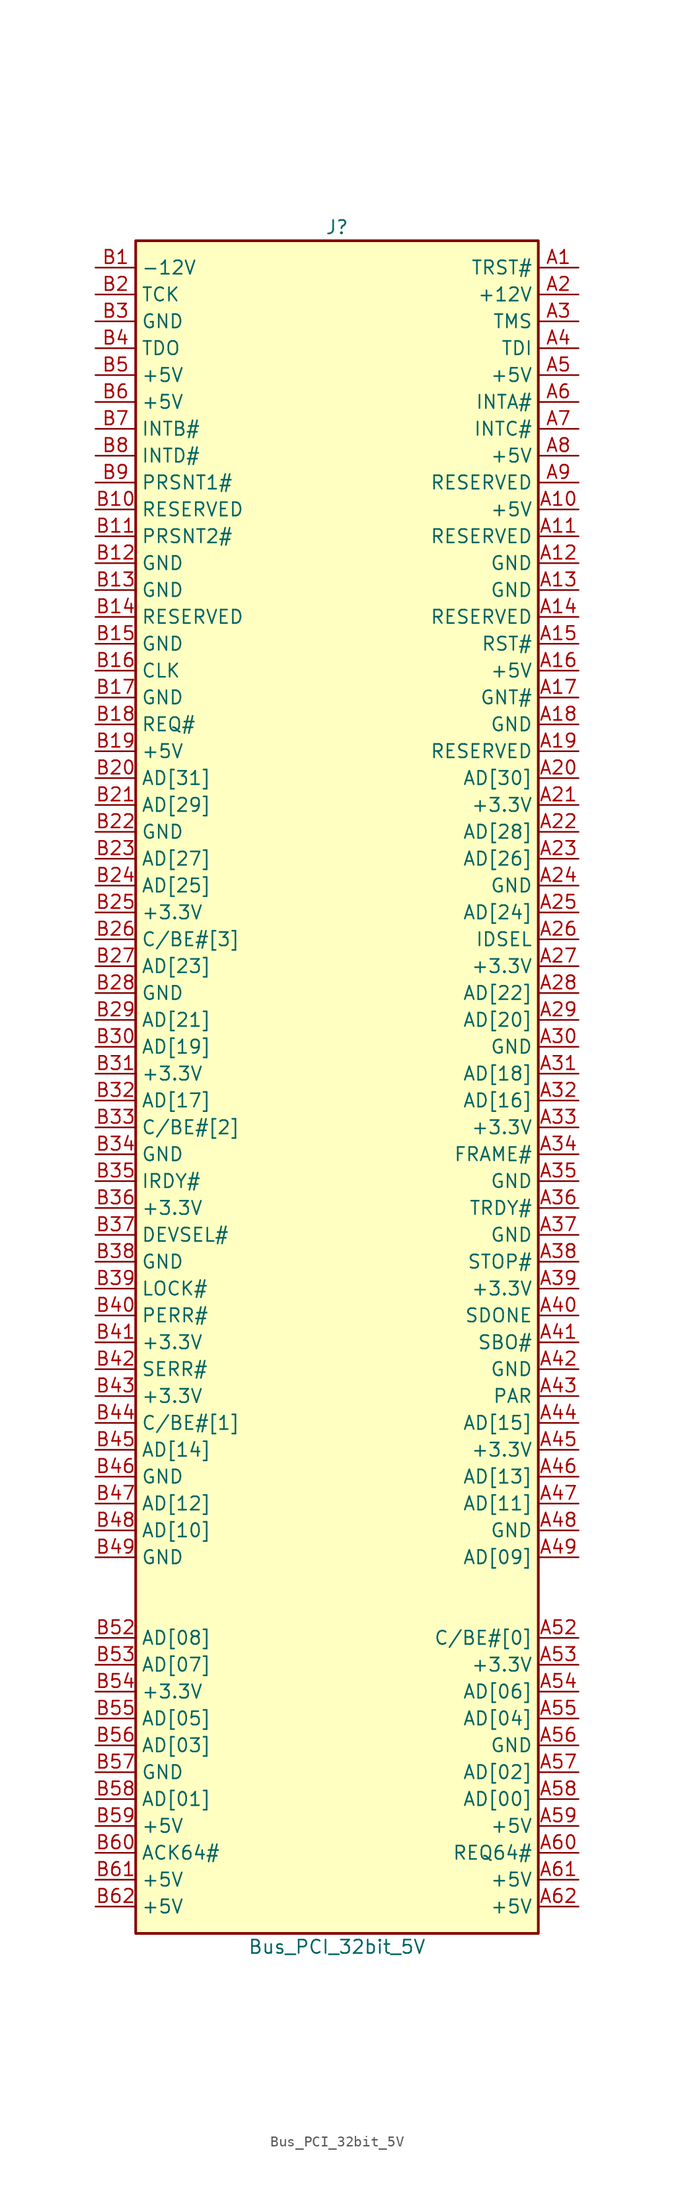
<source format=kicad_sym>
(kicad_symbol_lib
  (version 20211014)
  (generator kicad_symbol_editor)
  (symbol "Bus_PCI_32bit_5V"
    (property "Reference" "J"
      (at 0 80.01 0)
      (effects (font (size 1.27 1.27))))
    (property "Value" "Bus_PCI_32bit_5V"
      (at 0 -82.55 0)
      (effects (font (size 1.27 1.27))))
    (symbol "Bus_PCI_32bit_5V_0_1"
      (rectangle (start -19.05 -81.28) (end 19.05 78.74) (stroke (width 0.254) (type default) (color 0 0 0 0)) (fill (type background))))
    (symbol "Bus_PCI_32bit_5V_1_1"
      (pin output line (at 22.86 76.2 180) (length 3.81) (name "TRST#" (effects (font (size 1.27 1.27)))) (number "A1" (effects (font (size 1.27 1.27)))))
      (pin power_in line (at 22.86 53.34 180) (length 3.81) (name "+5V" (effects (font (size 1.27 1.27)))) (number "A10" (effects (font (size 1.27 1.27)))))
      (pin passive line (at 22.86 50.8 180) (length 3.81) (name "RESERVED" (effects (font (size 1.27 1.27)))) (number "A11" (effects (font (size 1.27 1.27)))))
      (pin power_in line (at 22.86 48.26 180) (length 3.81) (name "GND" (effects (font (size 1.27 1.27)))) (number "A12" (effects (font (size 1.27 1.27)))))
      (pin power_in line (at 22.86 45.72 180) (length 3.81) (name "GND" (effects (font (size 1.27 1.27)))) (number "A13" (effects (font (size 1.27 1.27)))))
      (pin passive line (at 22.86 43.18 180) (length 3.81) (name "RESERVED" (effects (font (size 1.27 1.27)))) (number "A14" (effects (font (size 1.27 1.27)))))
      (pin output line (at 22.86 40.64 180) (length 3.81) (name "RST#" (effects (font (size 1.27 1.27)))) (number "A15" (effects (font (size 1.27 1.27)))))
      (pin power_in line (at 22.86 38.1 180) (length 3.81) (name "+5V" (effects (font (size 1.27 1.27)))) (number "A16" (effects (font (size 1.27 1.27)))))
      (pin bidirectional line (at 22.86 35.56 180) (length 3.81) (name "GNT#" (effects (font (size 1.27 1.27)))) (number "A17" (effects (font (size 1.27 1.27)))))
      (pin power_in line (at 22.86 33.02 180) (length 3.81) (name "GND" (effects (font (size 1.27 1.27)))) (number "A18" (effects (font (size 1.27 1.27)))))
      (pin passive line (at 22.86 30.48 180) (length 3.81) (name "RESERVED" (effects (font (size 1.27 1.27)))) (number "A19" (effects (font (size 1.27 1.27)))))
      (pin power_in line (at 22.86 73.66 180) (length 3.81) (name "+12V" (effects (font (size 1.27 1.27)))) (number "A2" (effects (font (size 1.27 1.27)))))
      (pin bidirectional line (at 22.86 27.94 180) (length 3.81) (name "AD[30]" (effects (font (size 1.27 1.27)))) (number "A20" (effects (font (size 1.27 1.27)))))
      (pin power_in line (at 22.86 25.4 180) (length 3.81) (name "+3.3V" (effects (font (size 1.27 1.27)))) (number "A21" (effects (font (size 1.27 1.27)))))
      (pin bidirectional line (at 22.86 22.86 180) (length 3.81) (name "AD[28]" (effects (font (size 1.27 1.27)))) (number "A22" (effects (font (size 1.27 1.27)))))
      (pin bidirectional line (at 22.86 20.32 180) (length 3.81) (name "AD[26]" (effects (font (size 1.27 1.27)))) (number "A23" (effects (font (size 1.27 1.27)))))
      (pin power_in line (at 22.86 17.78 180) (length 3.81) (name "GND" (effects (font (size 1.27 1.27)))) (number "A24" (effects (font (size 1.27 1.27)))))
      (pin bidirectional line (at 22.86 15.24 180) (length 3.81) (name "AD[24]" (effects (font (size 1.27 1.27)))) (number "A25" (effects (font (size 1.27 1.27)))))
      (pin output line (at 22.86 12.7 180) (length 3.81) (name "IDSEL" (effects (font (size 1.27 1.27)))) (number "A26" (effects (font (size 1.27 1.27)))))
      (pin power_in line (at 22.86 10.16 180) (length 3.81) (name "+3.3V" (effects (font (size 1.27 1.27)))) (number "A27" (effects (font (size 1.27 1.27)))))
      (pin bidirectional line (at 22.86 7.62 180) (length 3.81) (name "AD[22]" (effects (font (size 1.27 1.27)))) (number "A28" (effects (font (size 1.27 1.27)))))
      (pin bidirectional line (at 22.86 5.08 180) (length 3.81) (name "AD[20]" (effects (font (size 1.27 1.27)))) (number "A29" (effects (font (size 1.27 1.27)))))
      (pin output line (at 22.86 71.12 180) (length 3.81) (name "TMS" (effects (font (size 1.27 1.27)))) (number "A3" (effects (font (size 1.27 1.27)))))
      (pin power_in line (at 22.86 2.54 180) (length 3.81) (name "GND" (effects (font (size 1.27 1.27)))) (number "A30" (effects (font (size 1.27 1.27)))))
      (pin bidirectional line (at 22.86 0 180) (length 3.81) (name "AD[18]" (effects (font (size 1.27 1.27)))) (number "A31" (effects (font (size 1.27 1.27)))))
      (pin bidirectional line (at 22.86 -2.54 180) (length 3.81) (name "AD[16]" (effects (font (size 1.27 1.27)))) (number "A32" (effects (font (size 1.27 1.27)))))
      (pin power_in line (at 22.86 -5.08 180) (length 3.81) (name "+3.3V" (effects (font (size 1.27 1.27)))) (number "A33" (effects (font (size 1.27 1.27)))))
      (pin bidirectional line (at 22.86 -7.62 180) (length 3.81) (name "FRAME#" (effects (font (size 1.27 1.27)))) (number "A34" (effects (font (size 1.27 1.27)))))
      (pin power_in line (at 22.86 -10.16 180) (length 3.81) (name "GND" (effects (font (size 1.27 1.27)))) (number "A35" (effects (font (size 1.27 1.27)))))
      (pin bidirectional line (at 22.86 -12.7 180) (length 3.81) (name "TRDY#" (effects (font (size 1.27 1.27)))) (number "A36" (effects (font (size 1.27 1.27)))))
      (pin power_in line (at 22.86 -15.24 180) (length 3.81) (name "GND" (effects (font (size 1.27 1.27)))) (number "A37" (effects (font (size 1.27 1.27)))))
      (pin bidirectional line (at 22.86 -17.78 180) (length 3.81) (name "STOP#" (effects (font (size 1.27 1.27)))) (number "A38" (effects (font (size 1.27 1.27)))))
      (pin power_in line (at 22.86 -20.32 180) (length 3.81) (name "+3.3V" (effects (font (size 1.27 1.27)))) (number "A39" (effects (font (size 1.27 1.27)))))
      (pin output line (at 22.86 68.58 180) (length 3.81) (name "TDI" (effects (font (size 1.27 1.27)))) (number "A4" (effects (font (size 1.27 1.27)))))
      (pin bidirectional line (at 22.86 -22.86 180) (length 3.81) (name "SDONE" (effects (font (size 1.27 1.27)))) (number "A40" (effects (font (size 1.27 1.27)))))
      (pin bidirectional line (at 22.86 -25.4 180) (length 3.81) (name "SBO#" (effects (font (size 1.27 1.27)))) (number "A41" (effects (font (size 1.27 1.27)))))
      (pin power_in line (at 22.86 -27.94 180) (length 3.81) (name "GND" (effects (font (size 1.27 1.27)))) (number "A42" (effects (font (size 1.27 1.27)))))
      (pin bidirectional line (at 22.86 -30.48 180) (length 3.81) (name "PAR" (effects (font (size 1.27 1.27)))) (number "A43" (effects (font (size 1.27 1.27)))))
      (pin bidirectional line (at 22.86 -33.02 180) (length 3.81) (name "AD[15]" (effects (font (size 1.27 1.27)))) (number "A44" (effects (font (size 1.27 1.27)))))
      (pin power_in line (at 22.86 -35.56 180) (length 3.81) (name "+3.3V" (effects (font (size 1.27 1.27)))) (number "A45" (effects (font (size 1.27 1.27)))))
      (pin bidirectional line (at 22.86 -38.1 180) (length 3.81) (name "AD[13]" (effects (font (size 1.27 1.27)))) (number "A46" (effects (font (size 1.27 1.27)))))
      (pin bidirectional line (at 22.86 -40.64 180) (length 3.81) (name "AD[11]" (effects (font (size 1.27 1.27)))) (number "A47" (effects (font (size 1.27 1.27)))))
      (pin power_in line (at 22.86 -43.18 180) (length 3.81) (name "GND" (effects (font (size 1.27 1.27)))) (number "A48" (effects (font (size 1.27 1.27)))))
      (pin bidirectional line (at 22.86 -45.72 180) (length 3.81) (name "AD[09]" (effects (font (size 1.27 1.27)))) (number "A49" (effects (font (size 1.27 1.27)))))
      (pin power_in line (at 22.86 66.04 180) (length 3.81) (name "+5V" (effects (font (size 1.27 1.27)))) (number "A5" (effects (font (size 1.27 1.27)))))
      (pin bidirectional line (at 22.86 -53.34 180) (length 3.81) (name "C/BE#[0]" (effects (font (size 1.27 1.27)))) (number "A52" (effects (font (size 1.27 1.27)))))
      (pin power_in line (at 22.86 -55.88 180) (length 3.81) (name "+3.3V" (effects (font (size 1.27 1.27)))) (number "A53" (effects (font (size 1.27 1.27)))))
      (pin bidirectional line (at 22.86 -58.42 180) (length 3.81) (name "AD[06]" (effects (font (size 1.27 1.27)))) (number "A54" (effects (font (size 1.27 1.27)))))
      (pin bidirectional line (at 22.86 -60.96 180) (length 3.81) (name "AD[04]" (effects (font (size 1.27 1.27)))) (number "A55" (effects (font (size 1.27 1.27)))))
      (pin power_in line (at 22.86 -63.5 180) (length 3.81) (name "GND" (effects (font (size 1.27 1.27)))) (number "A56" (effects (font (size 1.27 1.27)))))
      (pin bidirectional line (at 22.86 -66.04 180) (length 3.81) (name "AD[02]" (effects (font (size 1.27 1.27)))) (number "A57" (effects (font (size 1.27 1.27)))))
      (pin bidirectional line (at 22.86 -68.58 180) (length 3.81) (name "AD[00]" (effects (font (size 1.27 1.27)))) (number "A58" (effects (font (size 1.27 1.27)))))
      (pin power_in line (at 22.86 -71.12 180) (length 3.81) (name "+5V" (effects (font (size 1.27 1.27)))) (number "A59" (effects (font (size 1.27 1.27)))))
      (pin input line (at 22.86 63.5 180) (length 3.81) (name "INTA#" (effects (font (size 1.27 1.27)))) (number "A6" (effects (font (size 1.27 1.27)))))
      (pin bidirectional line (at 22.86 -73.66 180) (length 3.81) (name "REQ64#" (effects (font (size 1.27 1.27)))) (number "A60" (effects (font (size 1.27 1.27)))))
      (pin power_in line (at 22.86 -76.2 180) (length 3.81) (name "+5V" (effects (font (size 1.27 1.27)))) (number "A61" (effects (font (size 1.27 1.27)))))
      (pin power_in line (at 22.86 -78.74 180) (length 3.81) (name "+5V" (effects (font (size 1.27 1.27)))) (number "A62" (effects (font (size 1.27 1.27)))))
      (pin input line (at 22.86 60.96 180) (length 3.81) (name "INTC#" (effects (font (size 1.27 1.27)))) (number "A7" (effects (font (size 1.27 1.27)))))
      (pin power_in line (at 22.86 58.42 180) (length 3.81) (name "+5V" (effects (font (size 1.27 1.27)))) (number "A8" (effects (font (size 1.27 1.27)))))
      (pin passive line (at 22.86 55.88 180) (length 3.81) (name "RESERVED" (effects (font (size 1.27 1.27)))) (number "A9" (effects (font (size 1.27 1.27)))))
      (pin power_in line (at -22.86 76.2 0) (length 3.81) (name "-12V" (effects (font (size 1.27 1.27)))) (number "B1" (effects (font (size 1.27 1.27)))))
      (pin passive line (at -22.86 53.34 0) (length 3.81) (name "RESERVED" (effects (font (size 1.27 1.27)))) (number "B10" (effects (font (size 1.27 1.27)))))
      (pin input line (at -22.86 50.8 0) (length 3.81) (name "PRSNT2#" (effects (font (size 1.27 1.27)))) (number "B11" (effects (font (size 1.27 1.27)))))
      (pin power_in line (at -22.86 48.26 0) (length 3.81) (name "GND" (effects (font (size 1.27 1.27)))) (number "B12" (effects (font (size 1.27 1.27)))))
      (pin power_in line (at -22.86 45.72 0) (length 3.81) (name "GND" (effects (font (size 1.27 1.27)))) (number "B13" (effects (font (size 1.27 1.27)))))
      (pin passive line (at -22.86 43.18 0) (length 3.81) (name "RESERVED" (effects (font (size 1.27 1.27)))) (number "B14" (effects (font (size 1.27 1.27)))))
      (pin power_in line (at -22.86 40.64 0) (length 3.81) (name "GND" (effects (font (size 1.27 1.27)))) (number "B15" (effects (font (size 1.27 1.27)))))
      (pin output line (at -22.86 38.1 0) (length 3.81) (name "CLK" (effects (font (size 1.27 1.27)))) (number "B16" (effects (font (size 1.27 1.27)))))
      (pin power_in line (at -22.86 35.56 0) (length 3.81) (name "GND" (effects (font (size 1.27 1.27)))) (number "B17" (effects (font (size 1.27 1.27)))))
      (pin bidirectional line (at -22.86 33.02 0) (length 3.81) (name "REQ#" (effects (font (size 1.27 1.27)))) (number "B18" (effects (font (size 1.27 1.27)))))
      (pin power_in line (at -22.86 30.48 0) (length 3.81) (name "+5V" (effects (font (size 1.27 1.27)))) (number "B19" (effects (font (size 1.27 1.27)))))
      (pin output line (at -22.86 73.66 0) (length 3.81) (name "TCK" (effects (font (size 1.27 1.27)))) (number "B2" (effects (font (size 1.27 1.27)))))
      (pin bidirectional line (at -22.86 27.94 0) (length 3.81) (name "AD[31]" (effects (font (size 1.27 1.27)))) (number "B20" (effects (font (size 1.27 1.27)))))
      (pin bidirectional line (at -22.86 25.4 0) (length 3.81) (name "AD[29]" (effects (font (size 1.27 1.27)))) (number "B21" (effects (font (size 1.27 1.27)))))
      (pin power_in line (at -22.86 22.86 0) (length 3.81) (name "GND" (effects (font (size 1.27 1.27)))) (number "B22" (effects (font (size 1.27 1.27)))))
      (pin bidirectional line (at -22.86 20.32 0) (length 3.81) (name "AD[27]" (effects (font (size 1.27 1.27)))) (number "B23" (effects (font (size 1.27 1.27)))))
      (pin bidirectional line (at -22.86 17.78 0) (length 3.81) (name "AD[25]" (effects (font (size 1.27 1.27)))) (number "B24" (effects (font (size 1.27 1.27)))))
      (pin power_in line (at -22.86 15.24 0) (length 3.81) (name "+3.3V" (effects (font (size 1.27 1.27)))) (number "B25" (effects (font (size 1.27 1.27)))))
      (pin bidirectional line (at -22.86 12.7 0) (length 3.81) (name "C/BE#[3]" (effects (font (size 1.27 1.27)))) (number "B26" (effects (font (size 1.27 1.27)))))
      (pin bidirectional line (at -22.86 10.16 0) (length 3.81) (name "AD[23]" (effects (font (size 1.27 1.27)))) (number "B27" (effects (font (size 1.27 1.27)))))
      (pin power_in line (at -22.86 7.62 0) (length 3.81) (name "GND" (effects (font (size 1.27 1.27)))) (number "B28" (effects (font (size 1.27 1.27)))))
      (pin bidirectional line (at -22.86 5.08 0) (length 3.81) (name "AD[21]" (effects (font (size 1.27 1.27)))) (number "B29" (effects (font (size 1.27 1.27)))))
      (pin power_in line (at -22.86 71.12 0) (length 3.81) (name "GND" (effects (font (size 1.27 1.27)))) (number "B3" (effects (font (size 1.27 1.27)))))
      (pin bidirectional line (at -22.86 2.54 0) (length 3.81) (name "AD[19]" (effects (font (size 1.27 1.27)))) (number "B30" (effects (font (size 1.27 1.27)))))
      (pin power_in line (at -22.86 0 0) (length 3.81) (name "+3.3V" (effects (font (size 1.27 1.27)))) (number "B31" (effects (font (size 1.27 1.27)))))
      (pin bidirectional line (at -22.86 -2.54 0) (length 3.81) (name "AD[17]" (effects (font (size 1.27 1.27)))) (number "B32" (effects (font (size 1.27 1.27)))))
      (pin bidirectional line (at -22.86 -5.08 0) (length 3.81) (name "C/BE#[2]" (effects (font (size 1.27 1.27)))) (number "B33" (effects (font (size 1.27 1.27)))))
      (pin power_in line (at -22.86 -7.62 0) (length 3.81) (name "GND" (effects (font (size 1.27 1.27)))) (number "B34" (effects (font (size 1.27 1.27)))))
      (pin bidirectional line (at -22.86 -10.16 0) (length 3.81) (name "IRDY#" (effects (font (size 1.27 1.27)))) (number "B35" (effects (font (size 1.27 1.27)))))
      (pin power_in line (at -22.86 -12.7 0) (length 3.81) (name "+3.3V" (effects (font (size 1.27 1.27)))) (number "B36" (effects (font (size 1.27 1.27)))))
      (pin bidirectional line (at -22.86 -15.24 0) (length 3.81) (name "DEVSEL#" (effects (font (size 1.27 1.27)))) (number "B37" (effects (font (size 1.27 1.27)))))
      (pin power_in line (at -22.86 -17.78 0) (length 3.81) (name "GND" (effects (font (size 1.27 1.27)))) (number "B38" (effects (font (size 1.27 1.27)))))
      (pin bidirectional line (at -22.86 -20.32 0) (length 3.81) (name "LOCK#" (effects (font (size 1.27 1.27)))) (number "B39" (effects (font (size 1.27 1.27)))))
      (pin input line (at -22.86 68.58 0) (length 3.81) (name "TDO" (effects (font (size 1.27 1.27)))) (number "B4" (effects (font (size 1.27 1.27)))))
      (pin bidirectional line (at -22.86 -22.86 0) (length 3.81) (name "PERR#" (effects (font (size 1.27 1.27)))) (number "B40" (effects (font (size 1.27 1.27)))))
      (pin power_in line (at -22.86 -25.4 0) (length 3.81) (name "+3.3V" (effects (font (size 1.27 1.27)))) (number "B41" (effects (font (size 1.27 1.27)))))
      (pin input line (at -22.86 -27.94 0) (length 3.81) (name "SERR#" (effects (font (size 1.27 1.27)))) (number "B42" (effects (font (size 1.27 1.27)))))
      (pin power_in line (at -22.86 -30.48 0) (length 3.81) (name "+3.3V" (effects (font (size 1.27 1.27)))) (number "B43" (effects (font (size 1.27 1.27)))))
      (pin bidirectional line (at -22.86 -33.02 0) (length 3.81) (name "C/BE#[1]" (effects (font (size 1.27 1.27)))) (number "B44" (effects (font (size 1.27 1.27)))))
      (pin bidirectional line (at -22.86 -35.56 0) (length 3.81) (name "AD[14]" (effects (font (size 1.27 1.27)))) (number "B45" (effects (font (size 1.27 1.27)))))
      (pin power_in line (at -22.86 -38.1 0) (length 3.81) (name "GND" (effects (font (size 1.27 1.27)))) (number "B46" (effects (font (size 1.27 1.27)))))
      (pin bidirectional line (at -22.86 -40.64 0) (length 3.81) (name "AD[12]" (effects (font (size 1.27 1.27)))) (number "B47" (effects (font (size 1.27 1.27)))))
      (pin bidirectional line (at -22.86 -43.18 0) (length 3.81) (name "AD[10]" (effects (font (size 1.27 1.27)))) (number "B48" (effects (font (size 1.27 1.27)))))
      (pin power_in line (at -22.86 -45.72 0) (length 3.81) (name "GND" (effects (font (size 1.27 1.27)))) (number "B49" (effects (font (size 1.27 1.27)))))
      (pin power_in line (at -22.86 66.04 0) (length 3.81) (name "+5V" (effects (font (size 1.27 1.27)))) (number "B5" (effects (font (size 1.27 1.27)))))
      (pin bidirectional line (at -22.86 -53.34 0) (length 3.81) (name "AD[08]" (effects (font (size 1.27 1.27)))) (number "B52" (effects (font (size 1.27 1.27)))))
      (pin bidirectional line (at -22.86 -55.88 0) (length 3.81) (name "AD[07]" (effects (font (size 1.27 1.27)))) (number "B53" (effects (font (size 1.27 1.27)))))
      (pin input line (at -22.86 -58.42 0) (length 3.81) (name "+3.3V" (effects (font (size 1.27 1.27)))) (number "B54" (effects (font (size 1.27 1.27)))))
      (pin bidirectional line (at -22.86 -60.96 0) (length 3.81) (name "AD[05]" (effects (font (size 1.27 1.27)))) (number "B55" (effects (font (size 1.27 1.27)))))
      (pin bidirectional line (at -22.86 -63.5 0) (length 3.81) (name "AD[03]" (effects (font (size 1.27 1.27)))) (number "B56" (effects (font (size 1.27 1.27)))))
      (pin power_in line (at -22.86 -66.04 0) (length 3.81) (name "GND" (effects (font (size 1.27 1.27)))) (number "B57" (effects (font (size 1.27 1.27)))))
      (pin bidirectional line (at -22.86 -68.58 0) (length 3.81) (name "AD[01]" (effects (font (size 1.27 1.27)))) (number "B58" (effects (font (size 1.27 1.27)))))
      (pin power_in line (at -22.86 -71.12 0) (length 3.81) (name "+5V" (effects (font (size 1.27 1.27)))) (number "B59" (effects (font (size 1.27 1.27)))))
      (pin power_in line (at -22.86 63.5 0) (length 3.81) (name "+5V" (effects (font (size 1.27 1.27)))) (number "B6" (effects (font (size 1.27 1.27)))))
      (pin bidirectional line (at -22.86 -73.66 0) (length 3.81) (name "ACK64#" (effects (font (size 1.27 1.27)))) (number "B60" (effects (font (size 1.27 1.27)))))
      (pin power_in line (at -22.86 -76.2 0) (length 3.81) (name "+5V" (effects (font (size 1.27 1.27)))) (number "B61" (effects (font (size 1.27 1.27)))))
      (pin power_in line (at -22.86 -78.74 0) (length 3.81) (name "+5V" (effects (font (size 1.27 1.27)))) (number "B62" (effects (font (size 1.27 1.27)))))
      (pin input line (at -22.86 60.96 0) (length 3.81) (name "INTB#" (effects (font (size 1.27 1.27)))) (number "B7" (effects (font (size 1.27 1.27)))))
      (pin input line (at -22.86 58.42 0) (length 3.81) (name "INTD#" (effects (font (size 1.27 1.27)))) (number "B8" (effects (font (size 1.27 1.27)))))
      (pin input line (at -22.86 55.88 0) (length 3.81) (name "PRSNT1#" (effects (font (size 1.27 1.27)))) (number "B9" (effects (font (size 1.27 1.27))))))))
</source>
